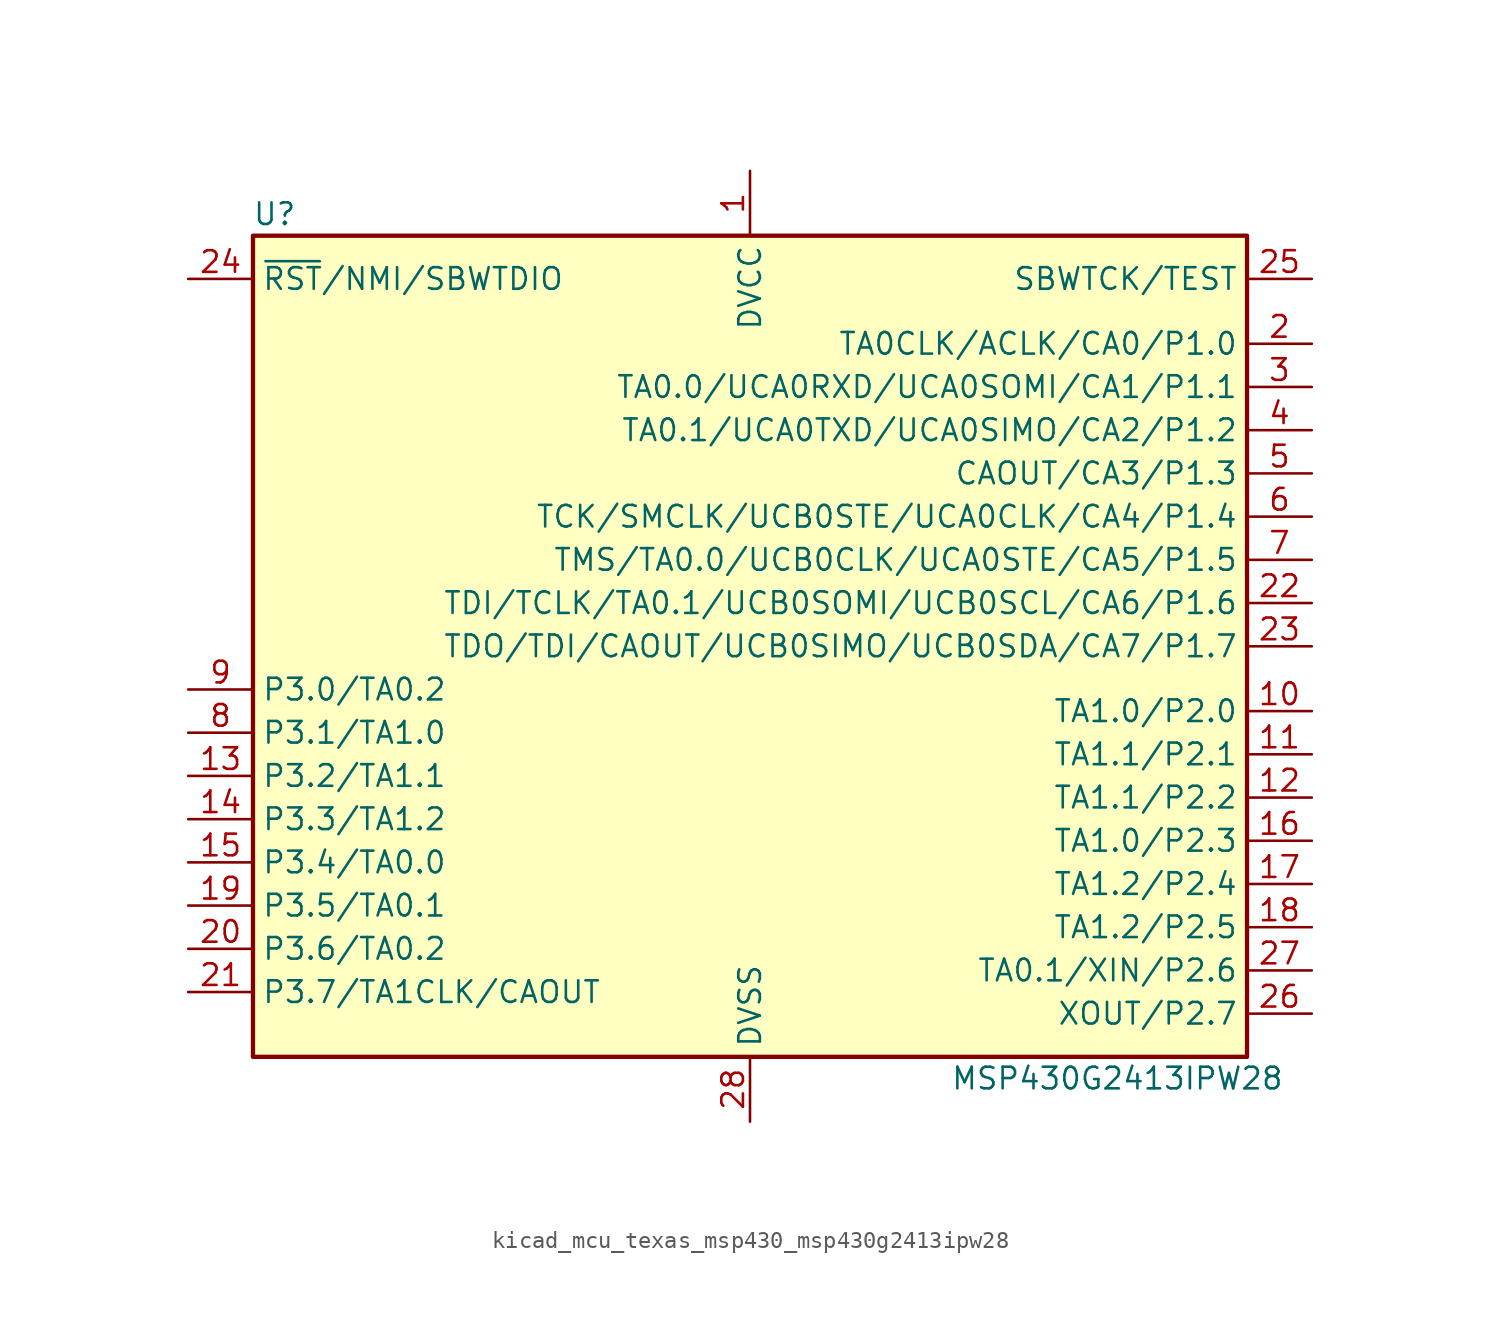
<source format=kicad_sym>
(kicad_symbol_lib
  (version 20220914)
  (generator kicad_symbol_editor)
  (symbol "kicad_mcu_texas_msp430_msp430g2413ipw28"
    (property "Reference" "U"
      (at -27.94 25.4 0)
      (effects (font (size 1.27 1.27))))
    (property "Value" "MSP430G2413IPW28"
      (at 21.59 -25.4 0)
      (effects (font (size 1.27 1.27))))
    (symbol "kicad_mcu_texas_msp430_msp430g2413ipw28_0_1"
      (rectangle (start -29.21 24.13) (end 29.21 -24.13) (stroke (width 0.254) (type default)) (fill (type background))))
    (symbol "kicad_mcu_texas_msp430_msp430g2413ipw28_1_1"
      (pin power_in line (at 0 27.94 270) (length 3.81) (name "DVCC" (effects (font (size 1.27 1.27)))) (number "1" (effects (font (size 1.27 1.27)))))
      (pin bidirectional line (at 33.02 -3.81 180) (length 3.81) (name "TA1.0/P2.0" (effects (font (size 1.27 1.27)))) (number "10" (effects (font (size 1.27 1.27)))))
      (pin bidirectional line (at 33.02 -6.35 180) (length 3.81) (name "TA1.1/P2.1" (effects (font (size 1.27 1.27)))) (number "11" (effects (font (size 1.27 1.27)))))
      (pin bidirectional line (at 33.02 -8.89 180) (length 3.81) (name "TA1.1/P2.2" (effects (font (size 1.27 1.27)))) (number "12" (effects (font (size 1.27 1.27)))))
      (pin bidirectional line (at -33.02 -7.62 0) (length 3.81) (name "P3.2/TA1.1" (effects (font (size 1.27 1.27)))) (number "13" (effects (font (size 1.27 1.27)))))
      (pin bidirectional line (at -33.02 -10.16 0) (length 3.81) (name "P3.3/TA1.2" (effects (font (size 1.27 1.27)))) (number "14" (effects (font (size 1.27 1.27)))))
      (pin bidirectional line (at -33.02 -12.7 0) (length 3.81) (name "P3.4/TA0.0" (effects (font (size 1.27 1.27)))) (number "15" (effects (font (size 1.27 1.27)))))
      (pin bidirectional line (at 33.02 -11.43 180) (length 3.81) (name "TA1.0/P2.3" (effects (font (size 1.27 1.27)))) (number "16" (effects (font (size 1.27 1.27)))))
      (pin bidirectional line (at 33.02 -13.97 180) (length 3.81) (name "TA1.2/P2.4" (effects (font (size 1.27 1.27)))) (number "17" (effects (font (size 1.27 1.27)))))
      (pin bidirectional line (at 33.02 -16.51 180) (length 3.81) (name "TA1.2/P2.5" (effects (font (size 1.27 1.27)))) (number "18" (effects (font (size 1.27 1.27)))))
      (pin bidirectional line (at -33.02 -15.24 0) (length 3.81) (name "P3.5/TA0.1" (effects (font (size 1.27 1.27)))) (number "19" (effects (font (size 1.27 1.27)))))
      (pin bidirectional line (at 33.02 17.78 180) (length 3.81) (name "TA0CLK/ACLK/CA0/P1.0" (effects (font (size 1.27 1.27)))) (number "2" (effects (font (size 1.27 1.27)))))
      (pin bidirectional line (at -33.02 -17.78 0) (length 3.81) (name "P3.6/TA0.2" (effects (font (size 1.27 1.27)))) (number "20" (effects (font (size 1.27 1.27)))))
      (pin bidirectional line (at -33.02 -20.32 0) (length 3.81) (name "P3.7/TA1CLK/CAOUT" (effects (font (size 1.27 1.27)))) (number "21" (effects (font (size 1.27 1.27)))))
      (pin bidirectional line (at 33.02 2.54 180) (length 3.81) (name "TDI/TCLK/TA0.1/UCB0SOMI/UCB0SCL/CA6/P1.6" (effects (font (size 1.27 1.27)))) (number "22" (effects (font (size 1.27 1.27)))))
      (pin bidirectional line (at 33.02 0 180) (length 3.81) (name "TDO/TDI/CAOUT/UCB0SIMO/UCB0SDA/CA7/P1.7" (effects (font (size 1.27 1.27)))) (number "23" (effects (font (size 1.27 1.27)))))
      (pin input line (at -33.02 21.59 0) (length 3.81) (name "~{RST}/NMI/SBWTDIO" (effects (font (size 1.27 1.27)))) (number "24" (effects (font (size 1.27 1.27)))))
      (pin input line (at 33.02 21.59 180) (length 3.81) (name "SBWTCK/TEST" (effects (font (size 1.27 1.27)))) (number "25" (effects (font (size 1.27 1.27)))))
      (pin bidirectional line (at 33.02 -21.59 180) (length 3.81) (name "XOUT/P2.7" (effects (font (size 1.27 1.27)))) (number "26" (effects (font (size 1.27 1.27)))))
      (pin bidirectional line (at 33.02 -19.05 180) (length 3.81) (name "TA0.1/XIN/P2.6" (effects (font (size 1.27 1.27)))) (number "27" (effects (font (size 1.27 1.27)))))
      (pin power_in line (at 0 -27.94 90) (length 3.81) (name "DVSS" (effects (font (size 1.27 1.27)))) (number "28" (effects (font (size 1.27 1.27)))))
      (pin bidirectional line (at 33.02 15.24 180) (length 3.81) (name "TA0.0/UCA0RXD/UCA0SOMI/CA1/P1.1" (effects (font (size 1.27 1.27)))) (number "3" (effects (font (size 1.27 1.27)))))
      (pin bidirectional line (at 33.02 12.7 180) (length 3.81) (name "TA0.1/UCA0TXD/UCA0SIMO/CA2/P1.2" (effects (font (size 1.27 1.27)))) (number "4" (effects (font (size 1.27 1.27)))))
      (pin bidirectional line (at 33.02 10.16 180) (length 3.81) (name "CAOUT/CA3/P1.3" (effects (font (size 1.27 1.27)))) (number "5" (effects (font (size 1.27 1.27)))))
      (pin bidirectional line (at 33.02 7.62 180) (length 3.81) (name "TCK/SMCLK/UCB0STE/UCA0CLK/CA4/P1.4" (effects (font (size 1.27 1.27)))) (number "6" (effects (font (size 1.27 1.27)))))
      (pin bidirectional line (at 33.02 5.08 180) (length 3.81) (name "TMS/TA0.0/UCB0CLK/UCA0STE/CA5/P1.5" (effects (font (size 1.27 1.27)))) (number "7" (effects (font (size 1.27 1.27)))))
      (pin bidirectional line (at -33.02 -5.08 0) (length 3.81) (name "P3.1/TA1.0" (effects (font (size 1.27 1.27)))) (number "8" (effects (font (size 1.27 1.27)))))
      (pin bidirectional line (at -33.02 -2.54 0) (length 3.81) (name "P3.0/TA0.2" (effects (font (size 1.27 1.27)))) (number "9" (effects (font (size 1.27 1.27))))))))
</source>
